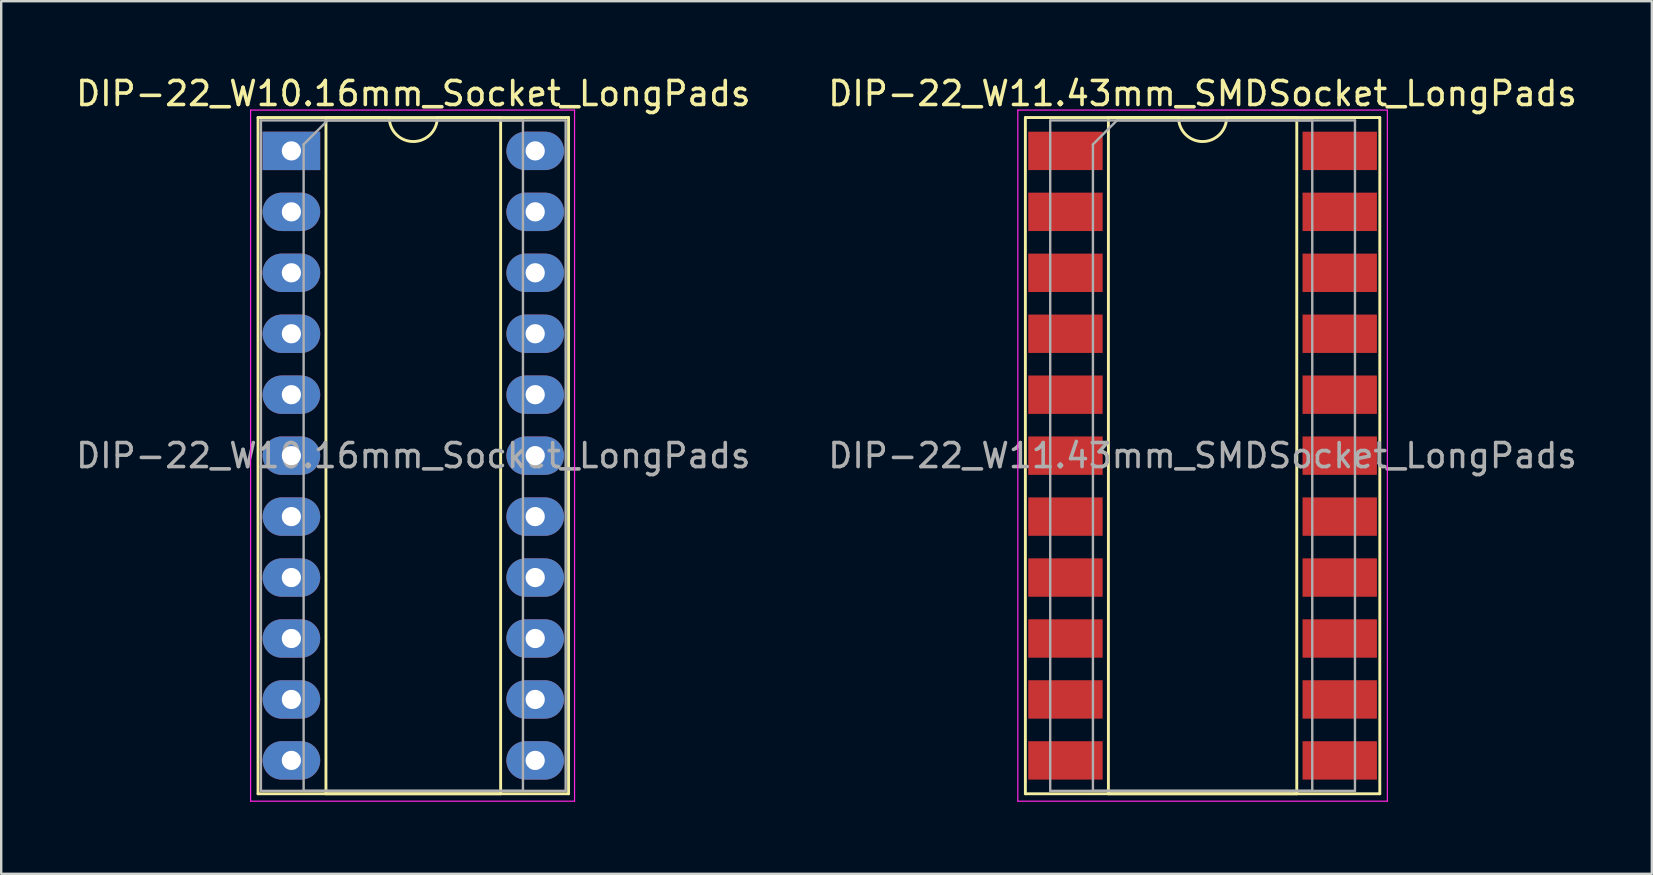
<source format=kicad_pcb>
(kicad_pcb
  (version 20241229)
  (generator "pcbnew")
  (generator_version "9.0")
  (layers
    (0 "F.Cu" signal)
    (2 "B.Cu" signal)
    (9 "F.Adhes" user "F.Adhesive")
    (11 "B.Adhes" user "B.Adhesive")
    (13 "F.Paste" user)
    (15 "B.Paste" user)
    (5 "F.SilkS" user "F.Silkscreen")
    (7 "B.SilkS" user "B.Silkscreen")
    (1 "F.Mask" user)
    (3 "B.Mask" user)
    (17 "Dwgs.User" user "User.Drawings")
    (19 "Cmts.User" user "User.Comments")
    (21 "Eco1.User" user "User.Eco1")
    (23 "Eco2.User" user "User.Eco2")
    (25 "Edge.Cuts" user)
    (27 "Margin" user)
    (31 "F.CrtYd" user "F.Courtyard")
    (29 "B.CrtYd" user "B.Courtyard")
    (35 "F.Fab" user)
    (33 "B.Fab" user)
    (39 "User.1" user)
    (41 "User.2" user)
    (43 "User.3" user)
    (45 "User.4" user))
  (footprint "DIP-22_W10.16mm_Socket_LongPads"
    (layer "F.Cu")
    (at 9.093 3.238)
    (property "Reference" "DIP-22_W10.16mm_Socket_LongPads" (at 5.08 -2.39 0) (layer "F.SilkS") (effects (font (size 1 1) (thickness 0.15))))
    (attr through_hole)
    (fp_line (start -1.39 -1.39) (end -1.39 26.79) (stroke (width 0.12) (type solid)) (layer "F.SilkS"))
    (fp_line (start -1.39 26.79) (end 11.55 26.79) (stroke (width 0.12) (type solid)) (layer "F.SilkS"))
    (fp_line (start 1.44 -1.39) (end 1.44 26.79) (stroke (width 0.12) (type solid)) (layer "F.SilkS"))
    (fp_line (start 1.44 26.79) (end 8.72 26.79) (stroke (width 0.12) (type solid)) (layer "F.SilkS"))
    (fp_line (start 4.08 -1.39) (end 1.44 -1.39) (stroke (width 0.12) (type solid)) (layer "F.SilkS"))
    (fp_line (start 8.72 -1.39) (end 6.08 -1.39) (stroke (width 0.12) (type solid)) (layer "F.SilkS"))
    (fp_line (start 8.72 26.79) (end 8.72 -1.39) (stroke (width 0.12) (type solid)) (layer "F.SilkS"))
    (fp_line (start 11.55 -1.39) (end -1.39 -1.39) (stroke (width 0.12) (type solid)) (layer "F.SilkS"))
    (fp_line (start 11.55 26.79) (end 11.55 -1.39) (stroke (width 0.12) (type solid)) (layer "F.SilkS"))
    (fp_arc (start 6.08 -1.39) (mid 5.08 -0.39) (end 4.08 -1.39) (stroke (width 0.12) (type solid)) (layer "F.SilkS"))
    (fp_line (start -1.7 -1.7) (end -1.7 27.1) (stroke (width 0.05) (type solid)) (layer "F.CrtYd"))
    (fp_line (start -1.7 27.1) (end 11.8 27.1) (stroke (width 0.05) (type solid)) (layer "F.CrtYd"))
    (fp_line (start 11.8 -1.7) (end -1.7 -1.7) (stroke (width 0.05) (type solid)) (layer "F.CrtYd"))
    (fp_line (start 11.8 27.1) (end 11.8 -1.7) (stroke (width 0.05) (type solid)) (layer "F.CrtYd"))
    (fp_line (start -1.27 -1.27) (end -1.27 26.67) (stroke (width 0.1) (type solid)) (layer "F.Fab"))
    (fp_line (start -1.27 26.67) (end 11.43 26.67) (stroke (width 0.1) (type solid)) (layer "F.Fab"))
    (fp_line (start 0.51 -0.27) (end 1.51 -1.27) (stroke (width 0.1) (type solid)) (layer "F.Fab"))
    (fp_line (start 0.51 26.67) (end 0.51 -0.27) (stroke (width 0.1) (type solid)) (layer "F.Fab"))
    (fp_line (start 1.51 -1.27) (end 9.65 -1.27) (stroke (width 0.1) (type solid)) (layer "F.Fab"))
    (fp_line (start 9.65 -1.27) (end 9.65 26.67) (stroke (width 0.1) (type solid)) (layer "F.Fab"))
    (fp_line (start 9.65 26.67) (end 0.51 26.67) (stroke (width 0.1) (type solid)) (layer "F.Fab"))
    (fp_line (start 11.43 -1.27) (end -1.27 -1.27) (stroke (width 0.1) (type solid)) (layer "F.Fab"))
    (fp_line (start 11.43 26.67) (end 11.43 -1.27) (stroke (width 0.1) (type solid)) (layer "F.Fab"))
    (fp_text user "${REFERENCE}" (at 5.08 12.7 0) (layer "F.Fab") (effects (font (size 1 1) (thickness 0.15))))
    (pad "1" thru_hole rect (at 0 0) (size 2.4 1.6) (drill 0.8) (layers "*.Cu" "*.Mask"))
    (pad "2" thru_hole oval (at 0 2.54) (size 2.4 1.6) (drill 0.8) (layers "*.Cu" "*.Mask"))
    (pad "3" thru_hole oval (at 0 5.08) (size 2.4 1.6) (drill 0.8) (layers "*.Cu" "*.Mask"))
    (pad "4" thru_hole oval (at 0 7.62) (size 2.4 1.6) (drill 0.8) (layers "*.Cu" "*.Mask"))
    (pad "5" thru_hole oval (at 0 10.16) (size 2.4 1.6) (drill 0.8) (layers "*.Cu" "*.Mask"))
    (pad "6" thru_hole oval (at 0 12.7) (size 2.4 1.6) (drill 0.8) (layers "*.Cu" "*.Mask"))
    (pad "7" thru_hole oval (at 0 15.24) (size 2.4 1.6) (drill 0.8) (layers "*.Cu" "*.Mask"))
    (pad "8" thru_hole oval (at 0 17.78) (size 2.4 1.6) (drill 0.8) (layers "*.Cu" "*.Mask"))
    (pad "9" thru_hole oval (at 0 20.32) (size 2.4 1.6) (drill 0.8) (layers "*.Cu" "*.Mask"))
    (pad "10" thru_hole oval (at 0 22.86) (size 2.4 1.6) (drill 0.8) (layers "*.Cu" "*.Mask"))
    (pad "11" thru_hole oval (at 0 25.4) (size 2.4 1.6) (drill 0.8) (layers "*.Cu" "*.Mask"))
    (pad "12" thru_hole oval (at 10.16 25.4) (size 2.4 1.6) (drill 0.8) (layers "*.Cu" "*.Mask"))
    (pad "13" thru_hole oval (at 10.16 22.86) (size 2.4 1.6) (drill 0.8) (layers "*.Cu" "*.Mask"))
    (pad "14" thru_hole oval (at 10.16 20.32) (size 2.4 1.6) (drill 0.8) (layers "*.Cu" "*.Mask"))
    (pad "15" thru_hole oval (at 10.16 17.78) (size 2.4 1.6) (drill 0.8) (layers "*.Cu" "*.Mask"))
    (pad "16" thru_hole oval (at 10.16 15.24) (size 2.4 1.6) (drill 0.8) (layers "*.Cu" "*.Mask"))
    (pad "17" thru_hole oval (at 10.16 12.7) (size 2.4 1.6) (drill 0.8) (layers "*.Cu" "*.Mask"))
    (pad "18" thru_hole oval (at 10.16 10.16) (size 2.4 1.6) (drill 0.8) (layers "*.Cu" "*.Mask"))
    (pad "19" thru_hole oval (at 10.16 7.62) (size 2.4 1.6) (drill 0.8) (layers "*.Cu" "*.Mask"))
    (pad "20" thru_hole oval (at 10.16 5.08) (size 2.4 1.6) (drill 0.8) (layers "*.Cu" "*.Mask"))
    (pad "21" thru_hole oval (at 10.16 2.54) (size 2.4 1.6) (drill 0.8) (layers "*.Cu" "*.Mask"))
    (pad "22" thru_hole oval (at 10.16 0) (size 2.4 1.6) (drill 0.8) (layers "*.Cu" "*.Mask")))
  (footprint "DIP-22_W11.43mm_SMDSocket_LongPads"
    (layer "F.Cu")
    (at 47.065 15.938)
    (property "Reference" "DIP-22_W11.43mm_SMDSocket_LongPads" (at 0 -15.09 0) (layer "F.SilkS") (effects (font (size 1 1) (thickness 0.15))))
    (attr smd)
    (fp_line (start -7.385 -14.09) (end -7.385 14.09) (stroke (width 0.12) (type solid)) (layer "F.SilkS"))
    (fp_line (start -7.385 14.09) (end 7.385 14.09) (stroke (width 0.12) (type solid)) (layer "F.SilkS"))
    (fp_line (start -3.925 -14.09) (end -3.925 14.09) (stroke (width 0.12) (type solid)) (layer "F.SilkS"))
    (fp_line (start -3.925 14.09) (end 3.925 14.09) (stroke (width 0.12) (type solid)) (layer "F.SilkS"))
    (fp_line (start -1 -14.09) (end -3.925 -14.09) (stroke (width 0.12) (type solid)) (layer "F.SilkS"))
    (fp_line (start 3.925 -14.09) (end 1 -14.09) (stroke (width 0.12) (type solid)) (layer "F.SilkS"))
    (fp_line (start 3.925 14.09) (end 3.925 -14.09) (stroke (width 0.12) (type solid)) (layer "F.SilkS"))
    (fp_line (start 7.385 -14.09) (end -7.385 -14.09) (stroke (width 0.12) (type solid)) (layer "F.SilkS"))
    (fp_line (start 7.385 14.09) (end 7.385 -14.09) (stroke (width 0.12) (type solid)) (layer "F.SilkS"))
    (fp_arc (start 1 -14.09) (mid 0 -13.09) (end -1 -14.09) (stroke (width 0.12) (type solid)) (layer "F.SilkS"))
    (fp_line (start -7.7 -14.4) (end -7.7 14.4) (stroke (width 0.05) (type solid)) (layer "F.CrtYd"))
    (fp_line (start -7.7 14.4) (end 7.7 14.4) (stroke (width 0.05) (type solid)) (layer "F.CrtYd"))
    (fp_line (start 7.7 -14.4) (end -7.7 -14.4) (stroke (width 0.05) (type solid)) (layer "F.CrtYd"))
    (fp_line (start 7.7 14.4) (end 7.7 -14.4) (stroke (width 0.05) (type solid)) (layer "F.CrtYd"))
    (fp_line (start -6.35 -13.97) (end -6.35 13.97) (stroke (width 0.1) (type solid)) (layer "F.Fab"))
    (fp_line (start -6.35 13.97) (end 6.35 13.97) (stroke (width 0.1) (type solid)) (layer "F.Fab"))
    (fp_line (start -4.57 -12.97) (end -3.57 -13.97) (stroke (width 0.1) (type solid)) (layer "F.Fab"))
    (fp_line (start -4.57 13.97) (end -4.57 -12.97) (stroke (width 0.1) (type solid)) (layer "F.Fab"))
    (fp_line (start -3.57 -13.97) (end 4.57 -13.97) (stroke (width 0.1) (type solid)) (layer "F.Fab"))
    (fp_line (start 4.57 -13.97) (end 4.57 13.97) (stroke (width 0.1) (type solid)) (layer "F.Fab"))
    (fp_line (start 4.57 13.97) (end -4.57 13.97) (stroke (width 0.1) (type solid)) (layer "F.Fab"))
    (fp_line (start 6.35 -13.97) (end -6.35 -13.97) (stroke (width 0.1) (type solid)) (layer "F.Fab"))
    (fp_line (start 6.35 13.97) (end 6.35 -13.97) (stroke (width 0.1) (type solid)) (layer "F.Fab"))
    (fp_text user "${REFERENCE}" (at 0 0 0) (layer "F.Fab") (effects (font (size 1 1) (thickness 0.15))))
    (pad "1" smd rect (at -5.715 -12.7) (size 3.1 1.6) (layers "F.Cu" "F.Mask" "F.Paste"))
    (pad "2" smd rect (at -5.715 -10.16) (size 3.1 1.6) (layers "F.Cu" "F.Mask" "F.Paste"))
    (pad "3" smd rect (at -5.715 -7.62) (size 3.1 1.6) (layers "F.Cu" "F.Mask" "F.Paste"))
    (pad "4" smd rect (at -5.715 -5.08) (size 3.1 1.6) (layers "F.Cu" "F.Mask" "F.Paste"))
    (pad "5" smd rect (at -5.715 -2.54) (size 3.1 1.6) (layers "F.Cu" "F.Mask" "F.Paste"))
    (pad "6" smd rect (at -5.715 0) (size 3.1 1.6) (layers "F.Cu" "F.Mask" "F.Paste"))
    (pad "7" smd rect (at -5.715 2.54) (size 3.1 1.6) (layers "F.Cu" "F.Mask" "F.Paste"))
    (pad "8" smd rect (at -5.715 5.08) (size 3.1 1.6) (layers "F.Cu" "F.Mask" "F.Paste"))
    (pad "9" smd rect (at -5.715 7.62) (size 3.1 1.6) (layers "F.Cu" "F.Mask" "F.Paste"))
    (pad "10" smd rect (at -5.715 10.16) (size 3.1 1.6) (layers "F.Cu" "F.Mask" "F.Paste"))
    (pad "11" smd rect (at -5.715 12.7) (size 3.1 1.6) (layers "F.Cu" "F.Mask" "F.Paste"))
    (pad "12" smd rect (at 5.715 12.7) (size 3.1 1.6) (layers "F.Cu" "F.Mask" "F.Paste"))
    (pad "13" smd rect (at 5.715 10.16) (size 3.1 1.6) (layers "F.Cu" "F.Mask" "F.Paste"))
    (pad "14" smd rect (at 5.715 7.62) (size 3.1 1.6) (layers "F.Cu" "F.Mask" "F.Paste"))
    (pad "15" smd rect (at 5.715 5.08) (size 3.1 1.6) (layers "F.Cu" "F.Mask" "F.Paste"))
    (pad "16" smd rect (at 5.715 2.54) (size 3.1 1.6) (layers "F.Cu" "F.Mask" "F.Paste"))
    (pad "17" smd rect (at 5.715 0) (size 3.1 1.6) (layers "F.Cu" "F.Mask" "F.Paste"))
    (pad "18" smd rect (at 5.715 -2.54) (size 3.1 1.6) (layers "F.Cu" "F.Mask" "F.Paste"))
    (pad "19" smd rect (at 5.715 -5.08) (size 3.1 1.6) (layers "F.Cu" "F.Mask" "F.Paste"))
    (pad "20" smd rect (at 5.715 -7.62) (size 3.1 1.6) (layers "F.Cu" "F.Mask" "F.Paste"))
    (pad "21" smd rect (at 5.715 -10.16) (size 3.1 1.6) (layers "F.Cu" "F.Mask" "F.Paste"))
    (pad "22" smd rect (at 5.715 -12.7) (size 3.1 1.6) (layers "F.Cu" "F.Mask" "F.Paste")))
  (gr_rect
    (start -3 -3)
    (end 65.786 33.363)
    (stroke (width 0.1) (type default))
    (fill no)
    (layer "Edge.Cuts")))
</source>
